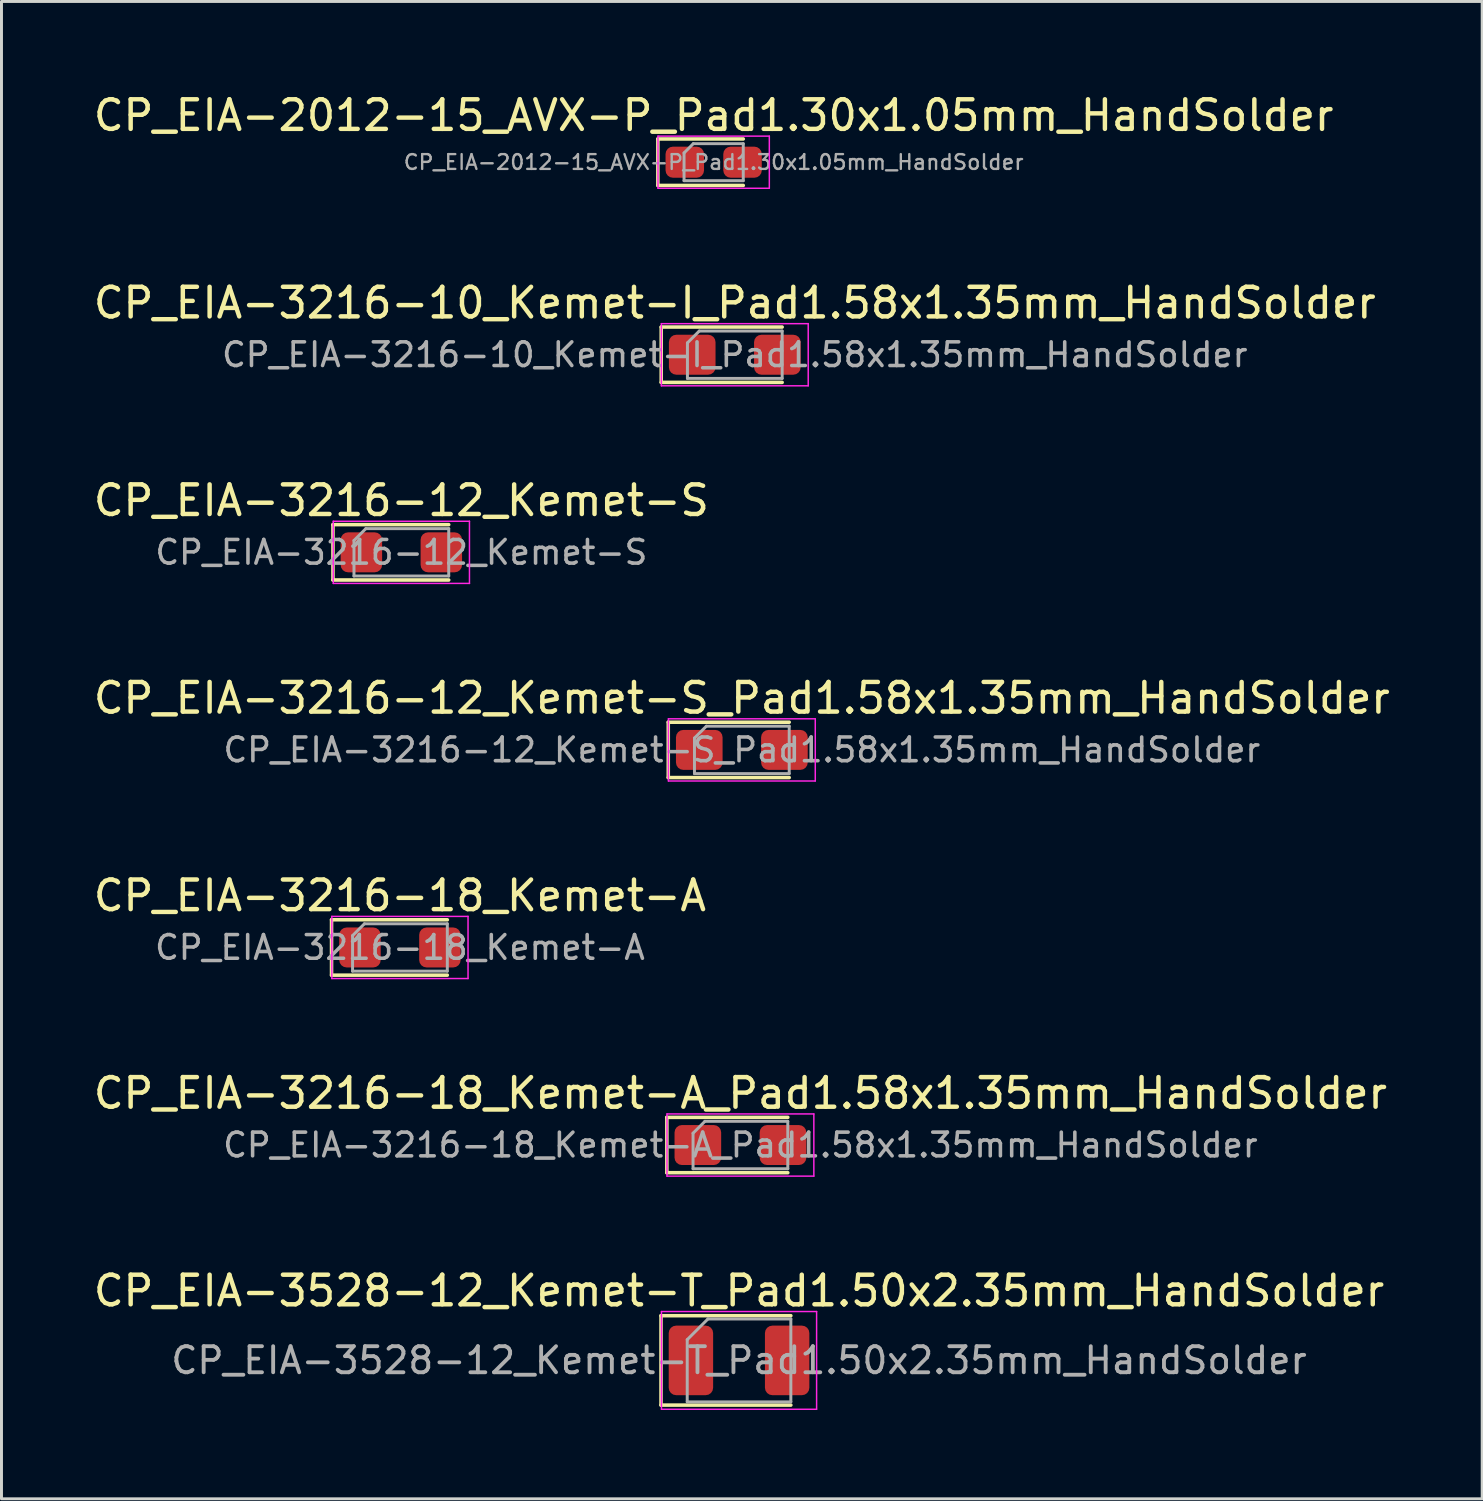
<source format=kicad_pcb>
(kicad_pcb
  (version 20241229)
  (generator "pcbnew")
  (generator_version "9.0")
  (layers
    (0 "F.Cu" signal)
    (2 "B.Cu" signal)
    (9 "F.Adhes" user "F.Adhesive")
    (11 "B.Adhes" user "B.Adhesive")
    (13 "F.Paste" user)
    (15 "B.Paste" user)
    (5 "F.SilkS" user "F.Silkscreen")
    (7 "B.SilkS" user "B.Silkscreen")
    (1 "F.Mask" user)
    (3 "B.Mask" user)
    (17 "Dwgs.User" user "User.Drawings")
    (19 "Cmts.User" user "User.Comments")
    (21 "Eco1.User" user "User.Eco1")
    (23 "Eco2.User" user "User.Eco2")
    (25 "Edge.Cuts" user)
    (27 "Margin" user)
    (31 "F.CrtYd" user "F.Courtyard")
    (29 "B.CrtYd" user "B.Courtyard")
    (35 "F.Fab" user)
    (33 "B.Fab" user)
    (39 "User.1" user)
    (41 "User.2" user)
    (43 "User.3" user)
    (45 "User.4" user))
  (footprint "CP_EIA-3528-12_Kemet-T_Pad1.50x2.35mm_HandSolder"
    (layer "F.Cu")
    (at 21.911 42.898)
    (property "Reference" "CP_EIA-3528-12_Kemet-T_Pad1.50x2.35mm_HandSolder" (at 0 -2.35 0) (layer "F.SilkS") (effects (font (size 1 1) (thickness 0.15))))
    (attr smd)
    (fp_line (start -2.635 -1.51) (end -2.635 1.51) (stroke (width 0.12) (type solid)) (layer "F.SilkS"))
    (fp_line (start -2.635 1.51) (end 1.75 1.51) (stroke (width 0.12) (type solid)) (layer "F.SilkS"))
    (fp_line (start 1.75 -1.51) (end -2.635 -1.51) (stroke (width 0.12) (type solid)) (layer "F.SilkS"))
    (fp_line (start -2.62 -1.65) (end 2.62 -1.65) (stroke (width 0.05) (type solid)) (layer "F.CrtYd"))
    (fp_line (start -2.62 1.65) (end -2.62 -1.65) (stroke (width 0.05) (type solid)) (layer "F.CrtYd"))
    (fp_line (start 2.62 -1.65) (end 2.62 1.65) (stroke (width 0.05) (type solid)) (layer "F.CrtYd"))
    (fp_line (start 2.62 1.65) (end -2.62 1.65) (stroke (width 0.05) (type solid)) (layer "F.CrtYd"))
    (fp_line (start -1.75 -0.7) (end -1.75 1.4) (stroke (width 0.1) (type solid)) (layer "F.Fab"))
    (fp_line (start -1.75 1.4) (end 1.75 1.4) (stroke (width 0.1) (type solid)) (layer "F.Fab"))
    (fp_line (start -1.05 -1.4) (end -1.75 -0.7) (stroke (width 0.1) (type solid)) (layer "F.Fab"))
    (fp_line (start 1.75 -1.4) (end -1.05 -1.4) (stroke (width 0.1) (type solid)) (layer "F.Fab"))
    (fp_line (start 1.75 1.4) (end 1.75 -1.4) (stroke (width 0.1) (type solid)) (layer "F.Fab"))
    (fp_text user "${REFERENCE}" (at 0 0 0) (layer "F.Fab") (effects (font (size 0.88 0.88) (thickness 0.13))))
    (pad "1" smd roundrect (at -1.625 0) (size 1.5 2.35) (layers "F.Cu" "F.Mask" "F.Paste") (roundrect_rratio 0.167))
    (pad "2" smd roundrect (at 1.625 0) (size 1.5 2.35) (layers "F.Cu" "F.Mask" "F.Paste") (roundrect_rratio 0.167)))
  (footprint "CP_EIA-3216-12_Kemet-S_Pad1.58x1.35mm_HandSolder"
    (layer "F.Cu")
    (at 22.006 22.278)
    (property "Reference" "CP_EIA-3216-12_Kemet-S_Pad1.58x1.35mm_HandSolder" (at 0 -1.75 0) (layer "F.SilkS") (effects (font (size 1 1) (thickness 0.15))))
    (attr smd)
    (fp_line (start -2.485 -0.935) (end -2.485 0.935) (stroke (width 0.12) (type solid)) (layer "F.SilkS"))
    (fp_line (start -2.485 0.935) (end 1.6 0.935) (stroke (width 0.12) (type solid)) (layer "F.SilkS"))
    (fp_line (start 1.6 -0.935) (end -2.485 -0.935) (stroke (width 0.12) (type solid)) (layer "F.SilkS"))
    (fp_line (start -2.48 -1.05) (end 2.48 -1.05) (stroke (width 0.05) (type solid)) (layer "F.CrtYd"))
    (fp_line (start -2.48 1.05) (end -2.48 -1.05) (stroke (width 0.05) (type solid)) (layer "F.CrtYd"))
    (fp_line (start 2.48 -1.05) (end 2.48 1.05) (stroke (width 0.05) (type solid)) (layer "F.CrtYd"))
    (fp_line (start 2.48 1.05) (end -2.48 1.05) (stroke (width 0.05) (type solid)) (layer "F.CrtYd"))
    (fp_line (start -1.6 -0.4) (end -1.6 0.8) (stroke (width 0.1) (type solid)) (layer "F.Fab"))
    (fp_line (start -1.6 0.8) (end 1.6 0.8) (stroke (width 0.1) (type solid)) (layer "F.Fab"))
    (fp_line (start -1.2 -0.8) (end -1.6 -0.4) (stroke (width 0.1) (type solid)) (layer "F.Fab"))
    (fp_line (start 1.6 -0.8) (end -1.2 -0.8) (stroke (width 0.1) (type solid)) (layer "F.Fab"))
    (fp_line (start 1.6 0.8) (end 1.6 -0.8) (stroke (width 0.1) (type solid)) (layer "F.Fab"))
    (fp_text user "${REFERENCE}" (at 0 0 0) (layer "F.Fab") (effects (font (size 0.8 0.8) (thickness 0.12))))
    (pad "1" smd roundrect (at -1.438 0) (size 1.575 1.35) (layers "F.Cu" "F.Mask" "F.Paste") (roundrect_rratio 0.185))
    (pad "2" smd roundrect (at 1.438 0) (size 1.575 1.35) (layers "F.Cu" "F.Mask" "F.Paste") (roundrect_rratio 0.185)))
  (footprint "CP_EIA-3216-12_Kemet-S"
    (layer "F.Cu")
    (at 10.506 15.605)
    (property "Reference" "CP_EIA-3216-12_Kemet-S" (at 0 -1.75 0) (layer "F.SilkS") (effects (font (size 1 1) (thickness 0.15))))
    (attr smd)
    (fp_line (start -2.31 -0.935) (end -2.31 0.935) (stroke (width 0.12) (type solid)) (layer "F.SilkS"))
    (fp_line (start -2.31 0.935) (end 1.6 0.935) (stroke (width 0.12) (type solid)) (layer "F.SilkS"))
    (fp_line (start 1.6 -0.935) (end -2.31 -0.935) (stroke (width 0.12) (type solid)) (layer "F.SilkS"))
    (fp_line (start -2.3 -1.05) (end 2.3 -1.05) (stroke (width 0.05) (type solid)) (layer "F.CrtYd"))
    (fp_line (start -2.3 1.05) (end -2.3 -1.05) (stroke (width 0.05) (type solid)) (layer "F.CrtYd"))
    (fp_line (start 2.3 -1.05) (end 2.3 1.05) (stroke (width 0.05) (type solid)) (layer "F.CrtYd"))
    (fp_line (start 2.3 1.05) (end -2.3 1.05) (stroke (width 0.05) (type solid)) (layer "F.CrtYd"))
    (fp_line (start -1.6 -0.4) (end -1.6 0.8) (stroke (width 0.1) (type solid)) (layer "F.Fab"))
    (fp_line (start -1.6 0.8) (end 1.6 0.8) (stroke (width 0.1) (type solid)) (layer "F.Fab"))
    (fp_line (start -1.2 -0.8) (end -1.6 -0.4) (stroke (width 0.1) (type solid)) (layer "F.Fab"))
    (fp_line (start 1.6 -0.8) (end -1.2 -0.8) (stroke (width 0.1) (type solid)) (layer "F.Fab"))
    (fp_line (start 1.6 0.8) (end 1.6 -0.8) (stroke (width 0.1) (type solid)) (layer "F.Fab"))
    (fp_text user "${REFERENCE}" (at 0 0 0) (layer "F.Fab") (effects (font (size 0.8 0.8) (thickness 0.12))))
    (pad "1" smd roundrect (at -1.35 0) (size 1.4 1.35) (layers "F.Cu" "F.Mask" "F.Paste") (roundrect_rratio 0.185))
    (pad "2" smd roundrect (at 1.35 0) (size 1.4 1.35) (layers "F.Cu" "F.Mask" "F.Paste") (roundrect_rratio 0.185)))
  (footprint "CP_EIA-3216-18_Kemet-A_Pad1.58x1.35mm_HandSolder"
    (layer "F.Cu")
    (at 21.958 35.624)
    (property "Reference" "CP_EIA-3216-18_Kemet-A_Pad1.58x1.35mm_HandSolder" (at 0 -1.75 0) (layer "F.SilkS") (effects (font (size 1 1) (thickness 0.15))))
    (attr smd)
    (fp_line (start -2.485 -0.935) (end -2.485 0.935) (stroke (width 0.12) (type solid)) (layer "F.SilkS"))
    (fp_line (start -2.485 0.935) (end 1.6 0.935) (stroke (width 0.12) (type solid)) (layer "F.SilkS"))
    (fp_line (start 1.6 -0.935) (end -2.485 -0.935) (stroke (width 0.12) (type solid)) (layer "F.SilkS"))
    (fp_line (start -2.48 -1.05) (end 2.48 -1.05) (stroke (width 0.05) (type solid)) (layer "F.CrtYd"))
    (fp_line (start -2.48 1.05) (end -2.48 -1.05) (stroke (width 0.05) (type solid)) (layer "F.CrtYd"))
    (fp_line (start 2.48 -1.05) (end 2.48 1.05) (stroke (width 0.05) (type solid)) (layer "F.CrtYd"))
    (fp_line (start 2.48 1.05) (end -2.48 1.05) (stroke (width 0.05) (type solid)) (layer "F.CrtYd"))
    (fp_line (start -1.6 -0.4) (end -1.6 0.8) (stroke (width 0.1) (type solid)) (layer "F.Fab"))
    (fp_line (start -1.6 0.8) (end 1.6 0.8) (stroke (width 0.1) (type solid)) (layer "F.Fab"))
    (fp_line (start -1.2 -0.8) (end -1.6 -0.4) (stroke (width 0.1) (type solid)) (layer "F.Fab"))
    (fp_line (start 1.6 -0.8) (end -1.2 -0.8) (stroke (width 0.1) (type solid)) (layer "F.Fab"))
    (fp_line (start 1.6 0.8) (end 1.6 -0.8) (stroke (width 0.1) (type solid)) (layer "F.Fab"))
    (fp_text user "${REFERENCE}" (at 0 0 0) (layer "F.Fab") (effects (font (size 0.8 0.8) (thickness 0.12))))
    (pad "1" smd roundrect (at -1.438 0) (size 1.575 1.35) (layers "F.Cu" "F.Mask" "F.Paste") (roundrect_rratio 0.185))
    (pad "2" smd roundrect (at 1.438 0) (size 1.575 1.35) (layers "F.Cu" "F.Mask" "F.Paste") (roundrect_rratio 0.185)))
  (footprint "CP_EIA-2012-15_AVX-P_Pad1.30x1.05mm_HandSolder"
    (layer "F.Cu")
    (at 21.054 2.428)
    (property "Reference" "CP_EIA-2012-15_AVX-P_Pad1.30x1.05mm_HandSolder" (at 0 -1.58 0) (layer "F.SilkS") (effects (font (size 1 1) (thickness 0.15))))
    (attr smd)
    (fp_line (start -1.885 -0.785) (end -1.885 0.785) (stroke (width 0.12) (type solid)) (layer "F.SilkS"))
    (fp_line (start -1.885 0.785) (end 1 0.785) (stroke (width 0.12) (type solid)) (layer "F.SilkS"))
    (fp_line (start 1 -0.785) (end -1.885 -0.785) (stroke (width 0.12) (type solid)) (layer "F.SilkS"))
    (fp_line (start -1.88 -0.88) (end 1.88 -0.88) (stroke (width 0.05) (type solid)) (layer "F.CrtYd"))
    (fp_line (start -1.88 0.88) (end -1.88 -0.88) (stroke (width 0.05) (type solid)) (layer "F.CrtYd"))
    (fp_line (start 1.88 -0.88) (end 1.88 0.88) (stroke (width 0.05) (type solid)) (layer "F.CrtYd"))
    (fp_line (start 1.88 0.88) (end -1.88 0.88) (stroke (width 0.05) (type solid)) (layer "F.CrtYd"))
    (fp_line (start -1 -0.312) (end -1 0.625) (stroke (width 0.1) (type solid)) (layer "F.Fab"))
    (fp_line (start -1 0.625) (end 1 0.625) (stroke (width 0.1) (type solid)) (layer "F.Fab"))
    (fp_line (start -0.688 -0.625) (end -1 -0.312) (stroke (width 0.1) (type solid)) (layer "F.Fab"))
    (fp_line (start 1 -0.625) (end -0.688 -0.625) (stroke (width 0.1) (type solid)) (layer "F.Fab"))
    (fp_line (start 1 0.625) (end 1 -0.625) (stroke (width 0.1) (type solid)) (layer "F.Fab"))
    (fp_text user "${REFERENCE}" (at 0 0 0) (layer "F.Fab") (effects (font (size 0.5 0.5) (thickness 0.08))))
    (pad "1" smd roundrect (at -0.975 0) (size 1.3 1.05) (layers "F.Cu" "F.Mask" "F.Paste") (roundrect_rratio 0.238))
    (pad "2" smd roundrect (at 0.975 0) (size 1.3 1.05) (layers "F.Cu" "F.Mask" "F.Paste") (roundrect_rratio 0.238)))
  (footprint "CP_EIA-3216-18_Kemet-A"
    (layer "F.Cu")
    (at 10.458 28.951)
    (property "Reference" "CP_EIA-3216-18_Kemet-A" (at 0 -1.75 0) (layer "F.SilkS") (effects (font (size 1 1) (thickness 0.15))))
    (attr smd)
    (fp_line (start -2.31 -0.935) (end -2.31 0.935) (stroke (width 0.12) (type solid)) (layer "F.SilkS"))
    (fp_line (start -2.31 0.935) (end 1.6 0.935) (stroke (width 0.12) (type solid)) (layer "F.SilkS"))
    (fp_line (start 1.6 -0.935) (end -2.31 -0.935) (stroke (width 0.12) (type solid)) (layer "F.SilkS"))
    (fp_line (start -2.3 -1.05) (end 2.3 -1.05) (stroke (width 0.05) (type solid)) (layer "F.CrtYd"))
    (fp_line (start -2.3 1.05) (end -2.3 -1.05) (stroke (width 0.05) (type solid)) (layer "F.CrtYd"))
    (fp_line (start 2.3 -1.05) (end 2.3 1.05) (stroke (width 0.05) (type solid)) (layer "F.CrtYd"))
    (fp_line (start 2.3 1.05) (end -2.3 1.05) (stroke (width 0.05) (type solid)) (layer "F.CrtYd"))
    (fp_line (start -1.6 -0.4) (end -1.6 0.8) (stroke (width 0.1) (type solid)) (layer "F.Fab"))
    (fp_line (start -1.6 0.8) (end 1.6 0.8) (stroke (width 0.1) (type solid)) (layer "F.Fab"))
    (fp_line (start -1.2 -0.8) (end -1.6 -0.4) (stroke (width 0.1) (type solid)) (layer "F.Fab"))
    (fp_line (start 1.6 -0.8) (end -1.2 -0.8) (stroke (width 0.1) (type solid)) (layer "F.Fab"))
    (fp_line (start 1.6 0.8) (end 1.6 -0.8) (stroke (width 0.1) (type solid)) (layer "F.Fab"))
    (fp_text user "${REFERENCE}" (at 0 0 0) (layer "F.Fab") (effects (font (size 0.8 0.8) (thickness 0.12))))
    (pad "1" smd roundrect (at -1.35 0) (size 1.4 1.35) (layers "F.Cu" "F.Mask" "F.Paste") (roundrect_rratio 0.185))
    (pad "2" smd roundrect (at 1.35 0) (size 1.4 1.35) (layers "F.Cu" "F.Mask" "F.Paste") (roundrect_rratio 0.185)))
  (footprint "CP_EIA-3216-10_Kemet-I_Pad1.58x1.35mm_HandSolder"
    (layer "F.Cu")
    (at 21.768 8.931)
    (property "Reference" "CP_EIA-3216-10_Kemet-I_Pad1.58x1.35mm_HandSolder" (at 0 -1.75 0) (layer "F.SilkS") (effects (font (size 1 1) (thickness 0.15))))
    (attr smd)
    (fp_line (start -2.485 -0.935) (end -2.485 0.935) (stroke (width 0.12) (type solid)) (layer "F.SilkS"))
    (fp_line (start -2.485 0.935) (end 1.6 0.935) (stroke (width 0.12) (type solid)) (layer "F.SilkS"))
    (fp_line (start 1.6 -0.935) (end -2.485 -0.935) (stroke (width 0.12) (type solid)) (layer "F.SilkS"))
    (fp_line (start -2.48 -1.05) (end 2.48 -1.05) (stroke (width 0.05) (type solid)) (layer "F.CrtYd"))
    (fp_line (start -2.48 1.05) (end -2.48 -1.05) (stroke (width 0.05) (type solid)) (layer "F.CrtYd"))
    (fp_line (start 2.48 -1.05) (end 2.48 1.05) (stroke (width 0.05) (type solid)) (layer "F.CrtYd"))
    (fp_line (start 2.48 1.05) (end -2.48 1.05) (stroke (width 0.05) (type solid)) (layer "F.CrtYd"))
    (fp_line (start -1.6 -0.4) (end -1.6 0.8) (stroke (width 0.1) (type solid)) (layer "F.Fab"))
    (fp_line (start -1.6 0.8) (end 1.6 0.8) (stroke (width 0.1) (type solid)) (layer "F.Fab"))
    (fp_line (start -1.2 -0.8) (end -1.6 -0.4) (stroke (width 0.1) (type solid)) (layer "F.Fab"))
    (fp_line (start 1.6 -0.8) (end -1.2 -0.8) (stroke (width 0.1) (type solid)) (layer "F.Fab"))
    (fp_line (start 1.6 0.8) (end 1.6 -0.8) (stroke (width 0.1) (type solid)) (layer "F.Fab"))
    (fp_text user "${REFERENCE}" (at 0 0 0) (layer "F.Fab") (effects (font (size 0.8 0.8) (thickness 0.12))))
    (pad "1" smd roundrect (at -1.438 0) (size 1.575 1.35) (layers "F.Cu" "F.Mask" "F.Paste") (roundrect_rratio 0.185))
    (pad "2" smd roundrect (at 1.438 0) (size 1.575 1.35) (layers "F.Cu" "F.Mask" "F.Paste") (roundrect_rratio 0.185)))
  (gr_rect
    (start -3 -3)
    (end 47.012 47.573)
    (stroke (width 0.1) (type default))
    (fill no)
    (layer "Edge.Cuts")))
</source>
